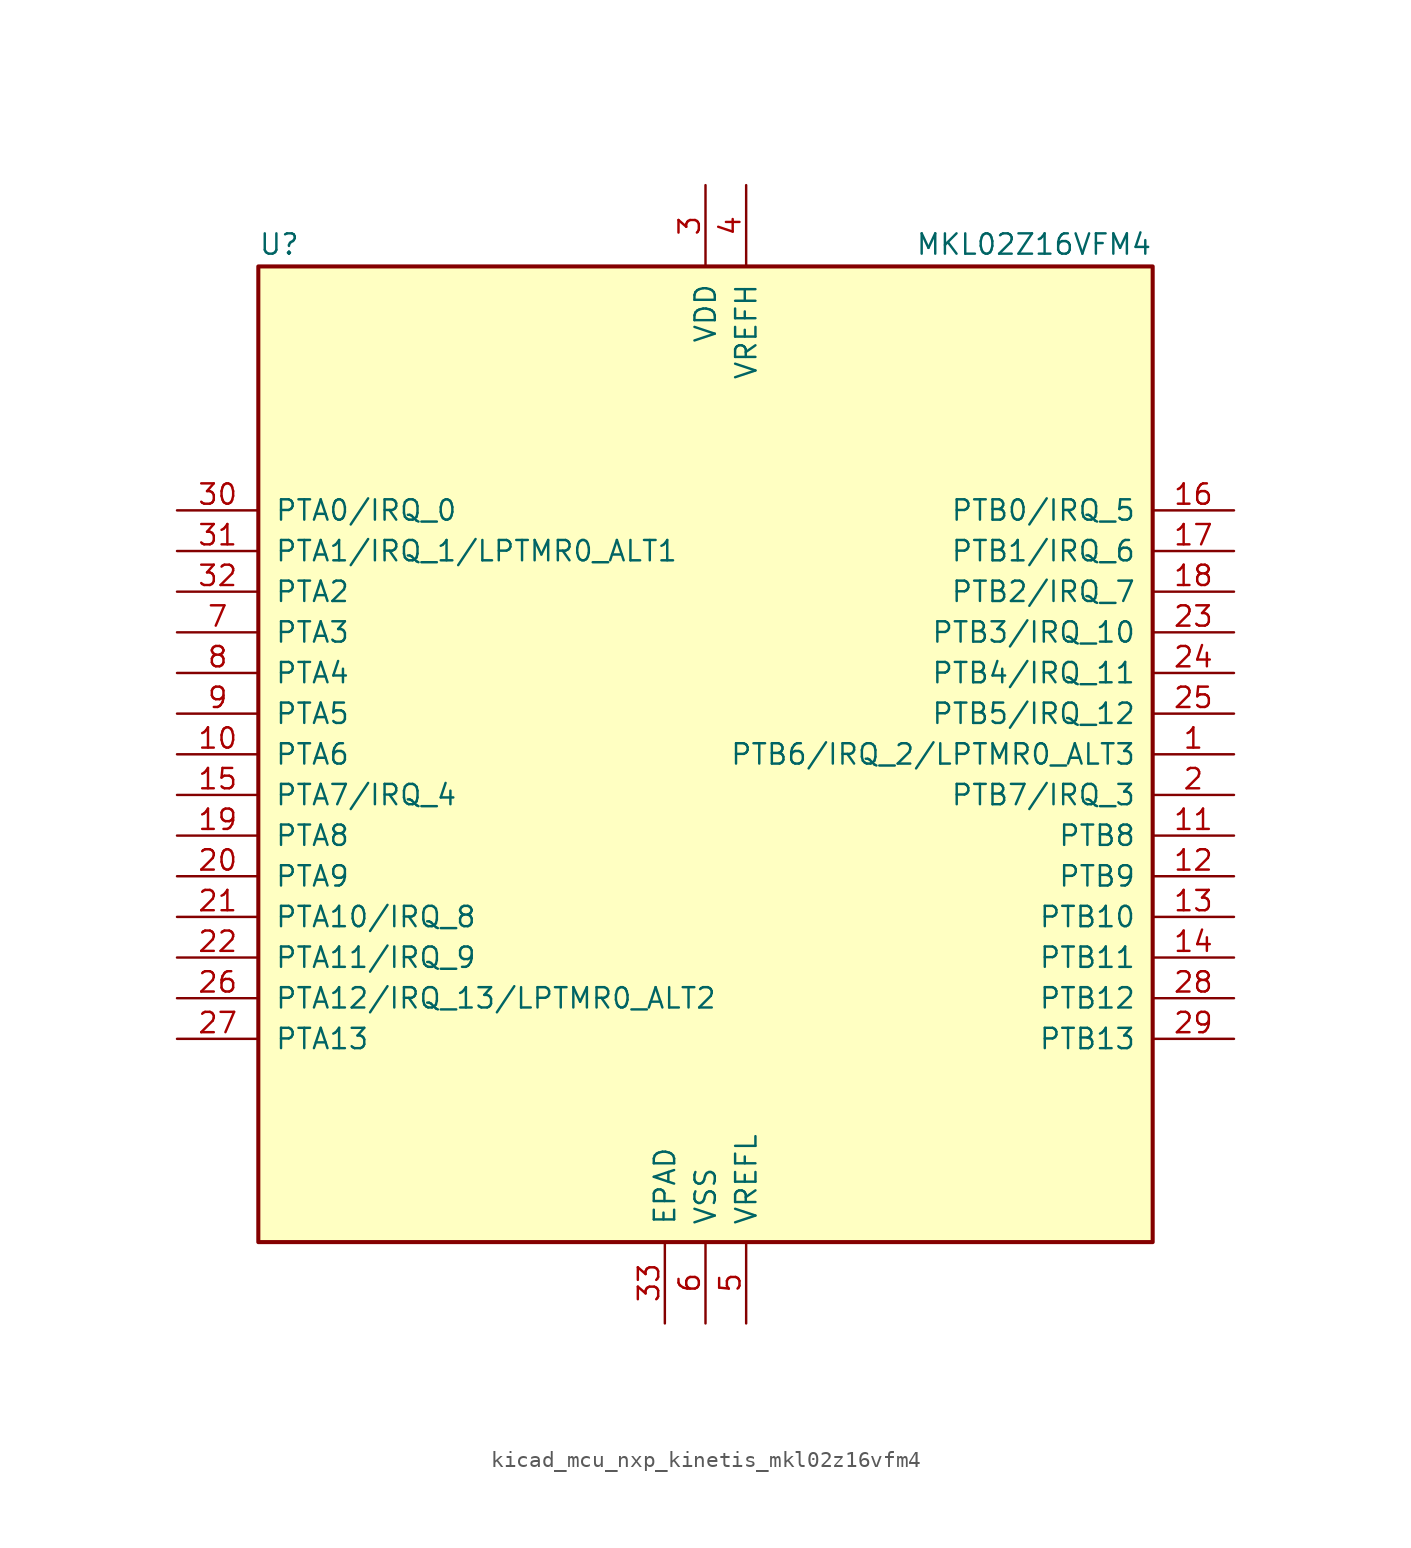
<source format=kicad_sym>
(kicad_symbol_lib
  (version 20220914)
  (generator kicad_symbol_editor)
  (symbol "kicad_mcu_nxp_kinetis_mkl02z16vfm4"
    (pin_names
      (offset 1.016))
    (property "Reference" "U"
      (at -27.94 31.115 0)
      (effects (font (size 1.27 1.27)) (justify left bottom)))
    (property "Value" "MKL02Z16VFM4"
      (at 27.94 31.115 0)
      (effects (font (size 1.27 1.27)) (justify right bottom)))
    (symbol "kicad_mcu_nxp_kinetis_mkl02z16vfm4_0_1"
      (rectangle (start -27.94 30.48) (end 27.94 -30.48) (stroke (width 0.254) (type default)) (fill (type background))))
    (symbol "kicad_mcu_nxp_kinetis_mkl02z16vfm4_1_1"
      (pin bidirectional line (at 33.02 0 180) (length 5.08) (name "PTB6/IRQ_2/LPTMR0_ALT3" (effects (font (size 1.27 1.27)))) (number "1" (effects (font (size 1.27 1.27)))))
      (pin bidirectional line (at -33.02 0 0) (length 5.08) (name "PTA6" (effects (font (size 1.27 1.27)))) (number "10" (effects (font (size 1.27 1.27)))))
      (pin bidirectional line (at 33.02 -5.08 180) (length 5.08) (name "PTB8" (effects (font (size 1.27 1.27)))) (number "11" (effects (font (size 1.27 1.27)))))
      (pin bidirectional line (at 33.02 -7.62 180) (length 5.08) (name "PTB9" (effects (font (size 1.27 1.27)))) (number "12" (effects (font (size 1.27 1.27)))))
      (pin bidirectional line (at 33.02 -10.16 180) (length 5.08) (name "PTB10" (effects (font (size 1.27 1.27)))) (number "13" (effects (font (size 1.27 1.27)))))
      (pin bidirectional line (at 33.02 -12.7 180) (length 5.08) (name "PTB11" (effects (font (size 1.27 1.27)))) (number "14" (effects (font (size 1.27 1.27)))))
      (pin bidirectional line (at -33.02 -2.54 0) (length 5.08) (name "PTA7/IRQ_4" (effects (font (size 1.27 1.27)))) (number "15" (effects (font (size 1.27 1.27)))))
      (pin bidirectional line (at 33.02 15.24 180) (length 5.08) (name "PTB0/IRQ_5" (effects (font (size 1.27 1.27)))) (number "16" (effects (font (size 1.27 1.27)))))
      (pin bidirectional line (at 33.02 12.7 180) (length 5.08) (name "PTB1/IRQ_6" (effects (font (size 1.27 1.27)))) (number "17" (effects (font (size 1.27 1.27)))))
      (pin bidirectional line (at 33.02 10.16 180) (length 5.08) (name "PTB2/IRQ_7" (effects (font (size 1.27 1.27)))) (number "18" (effects (font (size 1.27 1.27)))))
      (pin bidirectional line (at -33.02 -5.08 0) (length 5.08) (name "PTA8" (effects (font (size 1.27 1.27)))) (number "19" (effects (font (size 1.27 1.27)))))
      (pin bidirectional line (at 33.02 -2.54 180) (length 5.08) (name "PTB7/IRQ_3" (effects (font (size 1.27 1.27)))) (number "2" (effects (font (size 1.27 1.27)))))
      (pin bidirectional line (at -33.02 -7.62 0) (length 5.08) (name "PTA9" (effects (font (size 1.27 1.27)))) (number "20" (effects (font (size 1.27 1.27)))))
      (pin bidirectional line (at -33.02 -10.16 0) (length 5.08) (name "PTA10/IRQ_8" (effects (font (size 1.27 1.27)))) (number "21" (effects (font (size 1.27 1.27)))))
      (pin bidirectional line (at -33.02 -12.7 0) (length 5.08) (name "PTA11/IRQ_9" (effects (font (size 1.27 1.27)))) (number "22" (effects (font (size 1.27 1.27)))))
      (pin bidirectional line (at 33.02 7.62 180) (length 5.08) (name "PTB3/IRQ_10" (effects (font (size 1.27 1.27)))) (number "23" (effects (font (size 1.27 1.27)))))
      (pin bidirectional line (at 33.02 5.08 180) (length 5.08) (name "PTB4/IRQ_11" (effects (font (size 1.27 1.27)))) (number "24" (effects (font (size 1.27 1.27)))))
      (pin bidirectional line (at 33.02 2.54 180) (length 5.08) (name "PTB5/IRQ_12" (effects (font (size 1.27 1.27)))) (number "25" (effects (font (size 1.27 1.27)))))
      (pin bidirectional line (at -33.02 -15.24 0) (length 5.08) (name "PTA12/IRQ_13/LPTMR0_ALT2" (effects (font (size 1.27 1.27)))) (number "26" (effects (font (size 1.27 1.27)))))
      (pin bidirectional line (at -33.02 -17.78 0) (length 5.08) (name "PTA13" (effects (font (size 1.27 1.27)))) (number "27" (effects (font (size 1.27 1.27)))))
      (pin bidirectional line (at 33.02 -15.24 180) (length 5.08) (name "PTB12" (effects (font (size 1.27 1.27)))) (number "28" (effects (font (size 1.27 1.27)))))
      (pin bidirectional line (at 33.02 -17.78 180) (length 5.08) (name "PTB13" (effects (font (size 1.27 1.27)))) (number "29" (effects (font (size 1.27 1.27)))))
      (pin power_in line (at 0 35.56 270) (length 5.08) (name "VDD" (effects (font (size 1.27 1.27)))) (number "3" (effects (font (size 1.27 1.27)))))
      (pin bidirectional line (at -33.02 15.24 0) (length 5.08) (name "PTA0/IRQ_0" (effects (font (size 1.27 1.27)))) (number "30" (effects (font (size 1.27 1.27)))))
      (pin bidirectional line (at -33.02 12.7 0) (length 5.08) (name "PTA1/IRQ_1/LPTMR0_ALT1" (effects (font (size 1.27 1.27)))) (number "31" (effects (font (size 1.27 1.27)))))
      (pin bidirectional line (at -33.02 10.16 0) (length 5.08) (name "PTA2" (effects (font (size 1.27 1.27)))) (number "32" (effects (font (size 1.27 1.27)))))
      (pin power_in line (at -2.54 -35.56 90) (length 5.08) (name "EPAD" (effects (font (size 1.27 1.27)))) (number "33" (effects (font (size 1.27 1.27)))))
      (pin power_in line (at 2.54 35.56 270) (length 5.08) (name "VREFH" (effects (font (size 1.27 1.27)))) (number "4" (effects (font (size 1.27 1.27)))))
      (pin power_in line (at 2.54 -35.56 90) (length 5.08) (name "VREFL" (effects (font (size 1.27 1.27)))) (number "5" (effects (font (size 1.27 1.27)))))
      (pin power_in line (at 0 -35.56 90) (length 5.08) (name "VSS" (effects (font (size 1.27 1.27)))) (number "6" (effects (font (size 1.27 1.27)))))
      (pin bidirectional line (at -33.02 7.62 0) (length 5.08) (name "PTA3" (effects (font (size 1.27 1.27)))) (number "7" (effects (font (size 1.27 1.27)))))
      (pin bidirectional line (at -33.02 5.08 0) (length 5.08) (name "PTA4" (effects (font (size 1.27 1.27)))) (number "8" (effects (font (size 1.27 1.27)))))
      (pin bidirectional line (at -33.02 2.54 0) (length 5.08) (name "PTA5" (effects (font (size 1.27 1.27)))) (number "9" (effects (font (size 1.27 1.27))))))))
</source>
